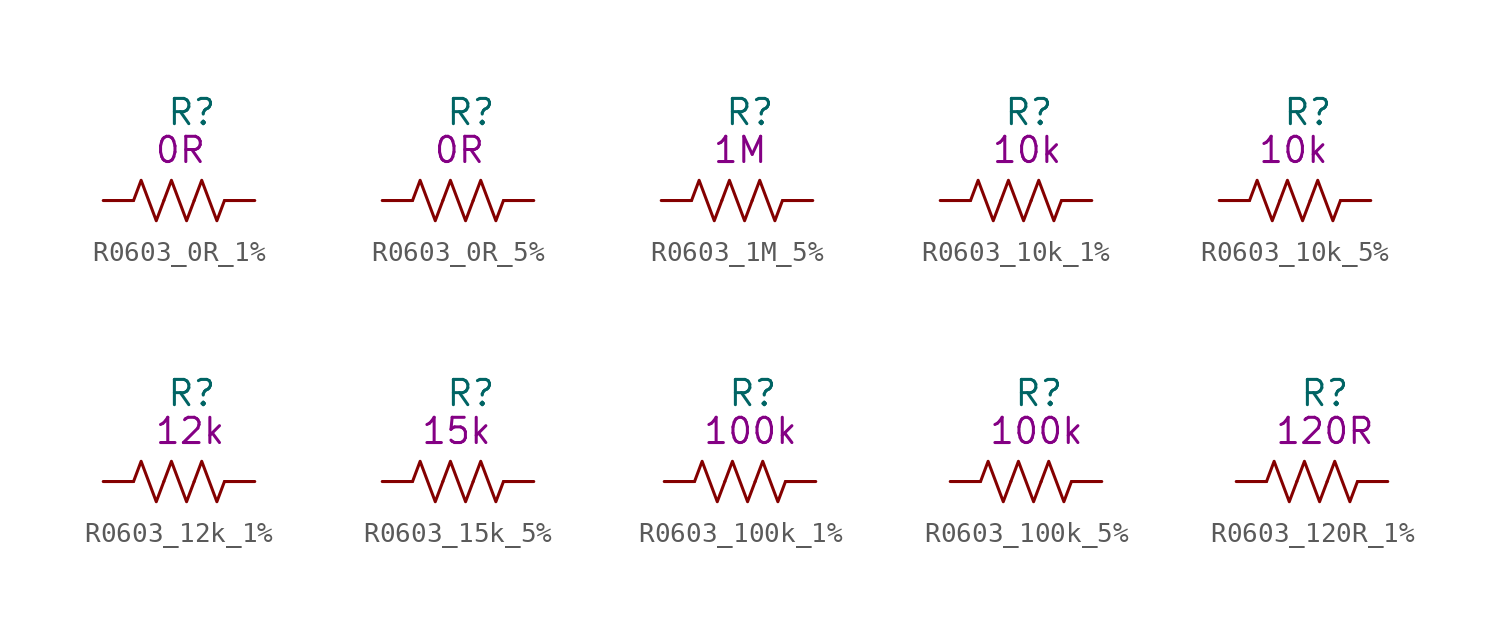
<source format=kicad_sym>
(kicad_symbol_lib
  (version 20211014)
  (generator kicad_symbol_editor)
  (symbol "R0603_0R_1%"
    (pin_numbers hide)
    (pin_names
      (offset 1.016))
    (property "Reference" "R"
      (at -0.635 4.445 0)
      (effects (font (size 1.27 1.27)) (justify left)))
    (property "Symbol" "0R"
      (at -1.27 2.54 0)
      (effects (font (size 1.27 1.27)) (justify left)))
    (symbol "R0603_0R_1%_1_1"
      (polyline (pts (xy -2.286 0) (xy -2.54 0)) (stroke (width 0) (type default) (color 0 0 0 0)) (fill (type none)))
      (polyline (pts (xy 2.286 0) (xy 2.54 0)) (stroke (width 0) (type default) (color 0 0 0 0)) (fill (type none)))
      (polyline (pts (xy -2.286 0) (xy -1.905 1.016) (xy -1.524 0) (xy -1.143 -1.016) (xy -0.762 0)) (stroke (width 0) (type default) (color 0 0 0 0)) (fill (type none)))
      (polyline (pts (xy -0.762 0) (xy -0.381 1.016) (xy 0 0) (xy 0.381 -1.016) (xy 0.762 0)) (stroke (width 0) (type default) (color 0 0 0 0)) (fill (type none)))
      (polyline (pts (xy 0.762 0) (xy 1.143 1.016) (xy 1.524 0) (xy 1.905 -1.016) (xy 2.286 0)) (stroke (width 0) (type default) (color 0 0 0 0)) (fill (type none)))
      (pin passive line (at -3.81 0 0) (length 1.27) (name "~" (effects (font (size 1.27 1.27)))) (number "1" (effects (font (size 1.27 1.27)))))
      (pin passive line (at 3.81 0 180) (length 1.27) (name "~" (effects (font (size 1.27 1.27)))) (number "2" (effects (font (size 1.27 1.27)))))))
  (symbol "R0603_0R_5%"
    (pin_numbers hide)
    (pin_names
      (offset 1.016))
    (property "Reference" "R"
      (at -0.635 4.445 0)
      (effects (font (size 1.27 1.27)) (justify left)))
    (property "Symbol" "0R"
      (at -1.27 2.54 0)
      (effects (font (size 1.27 1.27)) (justify left)))
    (symbol "R0603_0R_5%_1_1"
      (polyline (pts (xy -2.286 0) (xy -2.54 0)) (stroke (width 0) (type default) (color 0 0 0 0)) (fill (type none)))
      (polyline (pts (xy 2.286 0) (xy 2.54 0)) (stroke (width 0) (type default) (color 0 0 0 0)) (fill (type none)))
      (polyline (pts (xy -2.286 0) (xy -1.905 1.016) (xy -1.524 0) (xy -1.143 -1.016) (xy -0.762 0)) (stroke (width 0) (type default) (color 0 0 0 0)) (fill (type none)))
      (polyline (pts (xy -0.762 0) (xy -0.381 1.016) (xy 0 0) (xy 0.381 -1.016) (xy 0.762 0)) (stroke (width 0) (type default) (color 0 0 0 0)) (fill (type none)))
      (polyline (pts (xy 0.762 0) (xy 1.143 1.016) (xy 1.524 0) (xy 1.905 -1.016) (xy 2.286 0)) (stroke (width 0) (type default) (color 0 0 0 0)) (fill (type none)))
      (pin passive line (at -3.81 0 0) (length 1.27) (name "~" (effects (font (size 1.27 1.27)))) (number "1" (effects (font (size 1.27 1.27)))))
      (pin passive line (at 3.81 0 180) (length 1.27) (name "~" (effects (font (size 1.27 1.27)))) (number "2" (effects (font (size 1.27 1.27)))))))
  (symbol "R0603_1M_5%"
    (pin_numbers hide)
    (pin_names
      (offset 1.016))
    (property "Reference" "R"
      (at -0.635 4.445 0)
      (effects (font (size 1.27 1.27)) (justify left)))
    (property "Symbol" "1M"
      (at -1.27 2.54 0)
      (effects (font (size 1.27 1.27)) (justify left)))
    (symbol "R0603_1M_5%_1_1"
      (polyline (pts (xy -2.286 0) (xy -2.54 0)) (stroke (width 0) (type default) (color 0 0 0 0)) (fill (type none)))
      (polyline (pts (xy 2.286 0) (xy 2.54 0)) (stroke (width 0) (type default) (color 0 0 0 0)) (fill (type none)))
      (polyline (pts (xy -2.286 0) (xy -1.905 1.016) (xy -1.524 0) (xy -1.143 -1.016) (xy -0.762 0)) (stroke (width 0) (type default) (color 0 0 0 0)) (fill (type none)))
      (polyline (pts (xy -0.762 0) (xy -0.381 1.016) (xy 0 0) (xy 0.381 -1.016) (xy 0.762 0)) (stroke (width 0) (type default) (color 0 0 0 0)) (fill (type none)))
      (polyline (pts (xy 0.762 0) (xy 1.143 1.016) (xy 1.524 0) (xy 1.905 -1.016) (xy 2.286 0)) (stroke (width 0) (type default) (color 0 0 0 0)) (fill (type none)))
      (pin passive line (at -3.81 0 0) (length 1.27) (name "~" (effects (font (size 1.27 1.27)))) (number "1" (effects (font (size 1.27 1.27)))))
      (pin passive line (at 3.81 0 180) (length 1.27) (name "~" (effects (font (size 1.27 1.27)))) (number "2" (effects (font (size 1.27 1.27)))))))
  (symbol "R0603_10k_1%"
    (pin_numbers hide)
    (pin_names
      (offset 1.016))
    (property "Reference" "R"
      (at -0.635 4.445 0)
      (effects (font (size 1.27 1.27)) (justify left)))
    (property "Symbol" "10k"
      (at -1.27 2.54 0)
      (effects (font (size 1.27 1.27)) (justify left)))
    (symbol "R0603_10k_1%_1_1"
      (polyline (pts (xy -2.286 0) (xy -2.54 0)) (stroke (width 0) (type default) (color 0 0 0 0)) (fill (type none)))
      (polyline (pts (xy 2.286 0) (xy 2.54 0)) (stroke (width 0) (type default) (color 0 0 0 0)) (fill (type none)))
      (polyline (pts (xy -2.286 0) (xy -1.905 1.016) (xy -1.524 0) (xy -1.143 -1.016) (xy -0.762 0)) (stroke (width 0) (type default) (color 0 0 0 0)) (fill (type none)))
      (polyline (pts (xy -0.762 0) (xy -0.381 1.016) (xy 0 0) (xy 0.381 -1.016) (xy 0.762 0)) (stroke (width 0) (type default) (color 0 0 0 0)) (fill (type none)))
      (polyline (pts (xy 0.762 0) (xy 1.143 1.016) (xy 1.524 0) (xy 1.905 -1.016) (xy 2.286 0)) (stroke (width 0) (type default) (color 0 0 0 0)) (fill (type none)))
      (pin passive line (at -3.81 0 0) (length 1.27) (name "~" (effects (font (size 1.27 1.27)))) (number "1" (effects (font (size 1.27 1.27)))))
      (pin passive line (at 3.81 0 180) (length 1.27) (name "~" (effects (font (size 1.27 1.27)))) (number "2" (effects (font (size 1.27 1.27)))))))
  (symbol "R0603_10k_5%"
    (pin_numbers hide)
    (pin_names
      (offset 1.016))
    (property "Reference" "R"
      (at -0.635 4.445 0)
      (effects (font (size 1.27 1.27)) (justify left)))
    (property "Symbol" "10k"
      (at -1.905 2.54 0)
      (effects (font (size 1.27 1.27)) (justify left)))
    (symbol "R0603_10k_5%_1_1"
      (polyline (pts (xy -2.286 0) (xy -2.54 0)) (stroke (width 0) (type default) (color 0 0 0 0)) (fill (type none)))
      (polyline (pts (xy 2.286 0) (xy 2.54 0)) (stroke (width 0) (type default) (color 0 0 0 0)) (fill (type none)))
      (polyline (pts (xy -2.286 0) (xy -1.905 1.016) (xy -1.524 0) (xy -1.143 -1.016) (xy -0.762 0)) (stroke (width 0) (type default) (color 0 0 0 0)) (fill (type none)))
      (polyline (pts (xy -0.762 0) (xy -0.381 1.016) (xy 0 0) (xy 0.381 -1.016) (xy 0.762 0)) (stroke (width 0) (type default) (color 0 0 0 0)) (fill (type none)))
      (polyline (pts (xy 0.762 0) (xy 1.143 1.016) (xy 1.524 0) (xy 1.905 -1.016) (xy 2.286 0)) (stroke (width 0) (type default) (color 0 0 0 0)) (fill (type none)))
      (pin passive line (at -3.81 0 0) (length 1.27) (name "~" (effects (font (size 1.27 1.27)))) (number "1" (effects (font (size 1.27 1.27)))))
      (pin passive line (at 3.81 0 180) (length 1.27) (name "~" (effects (font (size 1.27 1.27)))) (number "2" (effects (font (size 1.27 1.27)))))))
  (symbol "R0603_12k_1%"
    (pin_numbers hide)
    (pin_names
      (offset 1.016))
    (property "Reference" "R"
      (at -0.635 4.445 0)
      (effects (font (size 1.27 1.27)) (justify left)))
    (property "Symbol" "12k"
      (at -1.27 2.54 0)
      (effects (font (size 1.27 1.27)) (justify left)))
    (symbol "R0603_12k_1%_1_1"
      (polyline (pts (xy -2.286 0) (xy -2.54 0)) (stroke (width 0) (type default) (color 0 0 0 0)) (fill (type none)))
      (polyline (pts (xy 2.286 0) (xy 2.54 0)) (stroke (width 0) (type default) (color 0 0 0 0)) (fill (type none)))
      (polyline (pts (xy -2.286 0) (xy -1.905 1.016) (xy -1.524 0) (xy -1.143 -1.016) (xy -0.762 0)) (stroke (width 0) (type default) (color 0 0 0 0)) (fill (type none)))
      (polyline (pts (xy -0.762 0) (xy -0.381 1.016) (xy 0 0) (xy 0.381 -1.016) (xy 0.762 0)) (stroke (width 0) (type default) (color 0 0 0 0)) (fill (type none)))
      (polyline (pts (xy 0.762 0) (xy 1.143 1.016) (xy 1.524 0) (xy 1.905 -1.016) (xy 2.286 0)) (stroke (width 0) (type default) (color 0 0 0 0)) (fill (type none)))
      (pin passive line (at -3.81 0 0) (length 1.27) (name "~" (effects (font (size 1.27 1.27)))) (number "1" (effects (font (size 1.27 1.27)))))
      (pin passive line (at 3.81 0 180) (length 1.27) (name "~" (effects (font (size 1.27 1.27)))) (number "2" (effects (font (size 1.27 1.27)))))))
  (symbol "R0603_15k_5%"
    (pin_numbers hide)
    (pin_names
      (offset 1.016))
    (property "Reference" "R"
      (at -0.635 4.445 0)
      (effects (font (size 1.27 1.27)) (justify left)))
    (property "Symbol" "15k"
      (at -1.905 2.54 0)
      (effects (font (size 1.27 1.27)) (justify left)))
    (symbol "R0603_15k_5%_1_1"
      (polyline (pts (xy -2.286 0) (xy -2.54 0)) (stroke (width 0) (type default) (color 0 0 0 0)) (fill (type none)))
      (polyline (pts (xy 2.286 0) (xy 2.54 0)) (stroke (width 0) (type default) (color 0 0 0 0)) (fill (type none)))
      (polyline (pts (xy -2.286 0) (xy -1.905 1.016) (xy -1.524 0) (xy -1.143 -1.016) (xy -0.762 0)) (stroke (width 0) (type default) (color 0 0 0 0)) (fill (type none)))
      (polyline (pts (xy -0.762 0) (xy -0.381 1.016) (xy 0 0) (xy 0.381 -1.016) (xy 0.762 0)) (stroke (width 0) (type default) (color 0 0 0 0)) (fill (type none)))
      (polyline (pts (xy 0.762 0) (xy 1.143 1.016) (xy 1.524 0) (xy 1.905 -1.016) (xy 2.286 0)) (stroke (width 0) (type default) (color 0 0 0 0)) (fill (type none)))
      (pin passive line (at -3.81 0 0) (length 1.27) (name "~" (effects (font (size 1.27 1.27)))) (number "1" (effects (font (size 1.27 1.27)))))
      (pin passive line (at 3.81 0 180) (length 1.27) (name "~" (effects (font (size 1.27 1.27)))) (number "2" (effects (font (size 1.27 1.27)))))))
  (symbol "R0603_100k_1%"
    (pin_numbers hide)
    (pin_names
      (offset 1.016))
    (property "Reference" "R"
      (at -0.635 4.445 0)
      (effects (font (size 1.27 1.27)) (justify left)))
    (property "Symbol" "100k"
      (at -1.905 2.54 0)
      (effects (font (size 1.27 1.27)) (justify left)))
    (symbol "R0603_100k_1%_1_1"
      (polyline (pts (xy -2.286 0) (xy -2.54 0)) (stroke (width 0) (type default) (color 0 0 0 0)) (fill (type none)))
      (polyline (pts (xy 2.286 0) (xy 2.54 0)) (stroke (width 0) (type default) (color 0 0 0 0)) (fill (type none)))
      (polyline (pts (xy -2.286 0) (xy -1.905 1.016) (xy -1.524 0) (xy -1.143 -1.016) (xy -0.762 0)) (stroke (width 0) (type default) (color 0 0 0 0)) (fill (type none)))
      (polyline (pts (xy -0.762 0) (xy -0.381 1.016) (xy 0 0) (xy 0.381 -1.016) (xy 0.762 0)) (stroke (width 0) (type default) (color 0 0 0 0)) (fill (type none)))
      (polyline (pts (xy 0.762 0) (xy 1.143 1.016) (xy 1.524 0) (xy 1.905 -1.016) (xy 2.286 0)) (stroke (width 0) (type default) (color 0 0 0 0)) (fill (type none)))
      (pin passive line (at -3.81 0 0) (length 1.27) (name "~" (effects (font (size 1.27 1.27)))) (number "1" (effects (font (size 1.27 1.27)))))
      (pin passive line (at 3.81 0 180) (length 1.27) (name "~" (effects (font (size 1.27 1.27)))) (number "2" (effects (font (size 1.27 1.27)))))))
  (symbol "R0603_100k_5%"
    (pin_numbers hide)
    (pin_names
      (offset 1.016))
    (property "Reference" "R"
      (at -0.635 4.445 0)
      (effects (font (size 1.27 1.27)) (justify left)))
    (property "Symbol" "100k"
      (at -1.905 2.54 0)
      (effects (font (size 1.27 1.27)) (justify left)))
    (symbol "R0603_100k_5%_1_1"
      (polyline (pts (xy -2.286 0) (xy -2.54 0)) (stroke (width 0) (type default) (color 0 0 0 0)) (fill (type none)))
      (polyline (pts (xy 2.286 0) (xy 2.54 0)) (stroke (width 0) (type default) (color 0 0 0 0)) (fill (type none)))
      (polyline (pts (xy -2.286 0) (xy -1.905 1.016) (xy -1.524 0) (xy -1.143 -1.016) (xy -0.762 0)) (stroke (width 0) (type default) (color 0 0 0 0)) (fill (type none)))
      (polyline (pts (xy -0.762 0) (xy -0.381 1.016) (xy 0 0) (xy 0.381 -1.016) (xy 0.762 0)) (stroke (width 0) (type default) (color 0 0 0 0)) (fill (type none)))
      (polyline (pts (xy 0.762 0) (xy 1.143 1.016) (xy 1.524 0) (xy 1.905 -1.016) (xy 2.286 0)) (stroke (width 0) (type default) (color 0 0 0 0)) (fill (type none)))
      (pin passive line (at -3.81 0 0) (length 1.27) (name "~" (effects (font (size 1.27 1.27)))) (number "1" (effects (font (size 1.27 1.27)))))
      (pin passive line (at 3.81 0 180) (length 1.27) (name "~" (effects (font (size 1.27 1.27)))) (number "2" (effects (font (size 1.27 1.27)))))))
  (symbol "R0603_120R_1%"
    (pin_numbers hide)
    (pin_names
      (offset 1.016))
    (property "Reference" "R"
      (at -0.635 4.445 0)
      (effects (font (size 1.27 1.27)) (justify left)))
    (property "Symbol" "120R"
      (at -1.905 2.54 0)
      (effects (font (size 1.27 1.27)) (justify left)))
    (symbol "R0603_120R_1%_1_1"
      (polyline (pts (xy -2.286 0) (xy -2.54 0)) (stroke (width 0) (type default) (color 0 0 0 0)) (fill (type none)))
      (polyline (pts (xy 2.286 0) (xy 2.54 0)) (stroke (width 0) (type default) (color 0 0 0 0)) (fill (type none)))
      (polyline (pts (xy -2.286 0) (xy -1.905 1.016) (xy -1.524 0) (xy -1.143 -1.016) (xy -0.762 0)) (stroke (width 0) (type default) (color 0 0 0 0)) (fill (type none)))
      (polyline (pts (xy -0.762 0) (xy -0.381 1.016) (xy 0 0) (xy 0.381 -1.016) (xy 0.762 0)) (stroke (width 0) (type default) (color 0 0 0 0)) (fill (type none)))
      (polyline (pts (xy 0.762 0) (xy 1.143 1.016) (xy 1.524 0) (xy 1.905 -1.016) (xy 2.286 0)) (stroke (width 0) (type default) (color 0 0 0 0)) (fill (type none)))
      (pin passive line (at -3.81 0 0) (length 1.27) (name "~" (effects (font (size 1.27 1.27)))) (number "1" (effects (font (size 1.27 1.27)))))
      (pin passive line (at 3.81 0 180) (length 1.27) (name "~" (effects (font (size 1.27 1.27)))) (number "2" (effects (font (size 1.27 1.27))))))))
</source>
